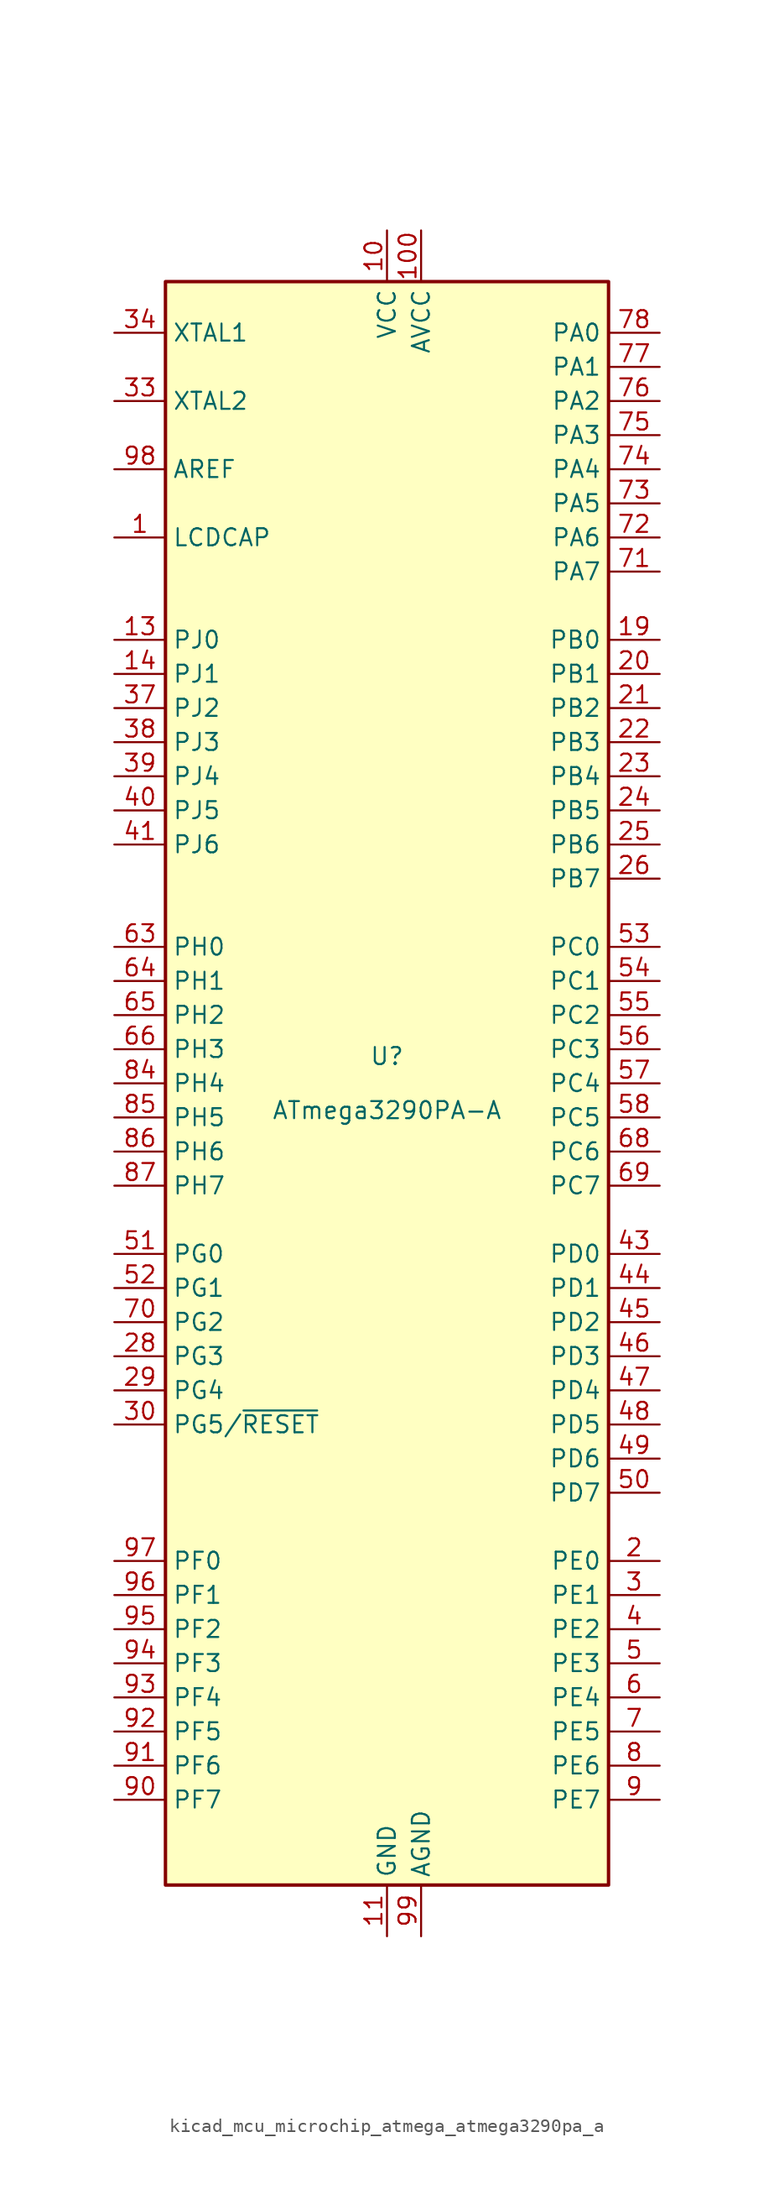
<source format=kicad_sym>
(kicad_symbol_lib
  (version 20220914)
  (generator kicad_symbol_editor)
  (symbol "kicad_mcu_microchip_atmega_atmega3290pa_a"
    (property "Reference" "U"
      (at 0 1.27 0)
      (effects (font (size 1.27 1.27)) (justify bottom)))
    (property "Value" "ATmega3290PA-A"
      (at 0 -1.27 0)
      (effects (font (size 1.27 1.27)) (justify top)))
    (symbol "kicad_mcu_microchip_atmega_atmega3290pa_a_0_1"
      (rectangle (start -16.51 -59.69) (end 16.51 59.69) (stroke (width 0.254) (type default)) (fill (type background))))
    (symbol "kicad_mcu_microchip_atmega_atmega3290pa_a_1_1"
      (pin passive line (at -20.32 40.64 0) (length 3.81) (name "LCDCAP" (effects (font (size 1.27 1.27)))) (number "1" (effects (font (size 1.27 1.27)))))
      (pin power_in line (at 0 63.5 270) (length 3.81) (name "VCC" (effects (font (size 1.27 1.27)))) (number "10" (effects (font (size 1.27 1.27)))))
      (pin power_in line (at 2.54 63.5 270) (length 3.81) (name "AVCC" (effects (font (size 1.27 1.27)))) (number "100" (effects (font (size 1.27 1.27)))))
      (pin power_in line (at 0 -63.5 90) (length 3.81) (name "GND" (effects (font (size 1.27 1.27)))) (number "11" (effects (font (size 1.27 1.27)))))
      (pin no_connect line (at -15.24 38.1 0) (length 2.54) hide (name "NC" (effects (font (size 1.27 1.27)))) (number "12" (effects (font (size 1.27 1.27)))))
      (pin bidirectional line (at -20.32 33.02 0) (length 3.81) (name "PJ0" (effects (font (size 1.27 1.27)))) (number "13" (effects (font (size 1.27 1.27)))))
      (pin bidirectional line (at -20.32 30.48 0) (length 3.81) (name "PJ1" (effects (font (size 1.27 1.27)))) (number "14" (effects (font (size 1.27 1.27)))))
      (pin no_connect line (at -15.24 35.56 0) (length 2.54) hide (name "NC" (effects (font (size 1.27 1.27)))) (number "15" (effects (font (size 1.27 1.27)))))
      (pin no_connect line (at -15.24 15.24 0) (length 2.54) hide (name "NC" (effects (font (size 1.27 1.27)))) (number "16" (effects (font (size 1.27 1.27)))))
      (pin no_connect line (at -15.24 12.7 0) (length 2.54) hide (name "NC" (effects (font (size 1.27 1.27)))) (number "17" (effects (font (size 1.27 1.27)))))
      (pin no_connect line (at -15.24 -10.16 0) (length 2.54) hide (name "NC" (effects (font (size 1.27 1.27)))) (number "18" (effects (font (size 1.27 1.27)))))
      (pin bidirectional line (at 20.32 33.02 180) (length 3.81) (name "PB0" (effects (font (size 1.27 1.27)))) (number "19" (effects (font (size 1.27 1.27)))))
      (pin bidirectional line (at 20.32 -35.56 180) (length 3.81) (name "PE0" (effects (font (size 1.27 1.27)))) (number "2" (effects (font (size 1.27 1.27)))))
      (pin bidirectional line (at 20.32 30.48 180) (length 3.81) (name "PB1" (effects (font (size 1.27 1.27)))) (number "20" (effects (font (size 1.27 1.27)))))
      (pin bidirectional line (at 20.32 27.94 180) (length 3.81) (name "PB2" (effects (font (size 1.27 1.27)))) (number "21" (effects (font (size 1.27 1.27)))))
      (pin bidirectional line (at 20.32 25.4 180) (length 3.81) (name "PB3" (effects (font (size 1.27 1.27)))) (number "22" (effects (font (size 1.27 1.27)))))
      (pin bidirectional line (at 20.32 22.86 180) (length 3.81) (name "PB4" (effects (font (size 1.27 1.27)))) (number "23" (effects (font (size 1.27 1.27)))))
      (pin bidirectional line (at 20.32 20.32 180) (length 3.81) (name "PB5" (effects (font (size 1.27 1.27)))) (number "24" (effects (font (size 1.27 1.27)))))
      (pin bidirectional line (at 20.32 17.78 180) (length 3.81) (name "PB6" (effects (font (size 1.27 1.27)))) (number "25" (effects (font (size 1.27 1.27)))))
      (pin bidirectional line (at 20.32 15.24 180) (length 3.81) (name "PB7" (effects (font (size 1.27 1.27)))) (number "26" (effects (font (size 1.27 1.27)))))
      (pin no_connect line (at -15.24 -27.94 0) (length 2.54) hide (name "NC" (effects (font (size 1.27 1.27)))) (number "27" (effects (font (size 1.27 1.27)))))
      (pin bidirectional line (at -20.32 -20.32 0) (length 3.81) (name "PG3" (effects (font (size 1.27 1.27)))) (number "28" (effects (font (size 1.27 1.27)))))
      (pin bidirectional line (at -20.32 -22.86 0) (length 3.81) (name "PG4" (effects (font (size 1.27 1.27)))) (number "29" (effects (font (size 1.27 1.27)))))
      (pin bidirectional line (at 20.32 -38.1 180) (length 3.81) (name "PE1" (effects (font (size 1.27 1.27)))) (number "3" (effects (font (size 1.27 1.27)))))
      (pin bidirectional line (at -20.32 -25.4 0) (length 3.81) (name "PG5/~{RESET}" (effects (font (size 1.27 1.27)))) (number "30" (effects (font (size 1.27 1.27)))))
      (pin passive line (at 0 63.5 270) (length 3.81) hide (name "VCC" (effects (font (size 1.27 1.27)))) (number "31" (effects (font (size 1.27 1.27)))))
      (pin passive line (at 0 -63.5 90) (length 3.81) hide (name "GND" (effects (font (size 1.27 1.27)))) (number "32" (effects (font (size 1.27 1.27)))))
      (pin output line (at -20.32 50.8 0) (length 3.81) (name "XTAL2" (effects (font (size 1.27 1.27)))) (number "33" (effects (font (size 1.27 1.27)))))
      (pin input line (at -20.32 55.88 0) (length 3.81) (name "XTAL1" (effects (font (size 1.27 1.27)))) (number "34" (effects (font (size 1.27 1.27)))))
      (pin no_connect line (at -15.24 -30.48 0) (length 2.54) hide (name "NC" (effects (font (size 1.27 1.27)))) (number "35" (effects (font (size 1.27 1.27)))))
      (pin no_connect line (at -15.24 -33.02 0) (length 2.54) hide (name "NC" (effects (font (size 1.27 1.27)))) (number "36" (effects (font (size 1.27 1.27)))))
      (pin bidirectional line (at -20.32 27.94 0) (length 3.81) (name "PJ2" (effects (font (size 1.27 1.27)))) (number "37" (effects (font (size 1.27 1.27)))))
      (pin bidirectional line (at -20.32 25.4 0) (length 3.81) (name "PJ3" (effects (font (size 1.27 1.27)))) (number "38" (effects (font (size 1.27 1.27)))))
      (pin bidirectional line (at -20.32 22.86 0) (length 3.81) (name "PJ4" (effects (font (size 1.27 1.27)))) (number "39" (effects (font (size 1.27 1.27)))))
      (pin bidirectional line (at 20.32 -40.64 180) (length 3.81) (name "PE2" (effects (font (size 1.27 1.27)))) (number "4" (effects (font (size 1.27 1.27)))))
      (pin bidirectional line (at -20.32 20.32 0) (length 3.81) (name "PJ5" (effects (font (size 1.27 1.27)))) (number "40" (effects (font (size 1.27 1.27)))))
      (pin bidirectional line (at -20.32 17.78 0) (length 3.81) (name "PJ6" (effects (font (size 1.27 1.27)))) (number "41" (effects (font (size 1.27 1.27)))))
      (pin no_connect line (at -15.24 -58.42 90) (length 2.54) hide (name "NC" (effects (font (size 1.27 1.27)))) (number "42" (effects (font (size 1.27 1.27)))))
      (pin bidirectional line (at 20.32 -12.7 180) (length 3.81) (name "PD0" (effects (font (size 1.27 1.27)))) (number "43" (effects (font (size 1.27 1.27)))))
      (pin bidirectional line (at 20.32 -15.24 180) (length 3.81) (name "PD1" (effects (font (size 1.27 1.27)))) (number "44" (effects (font (size 1.27 1.27)))))
      (pin bidirectional line (at 20.32 -17.78 180) (length 3.81) (name "PD2" (effects (font (size 1.27 1.27)))) (number "45" (effects (font (size 1.27 1.27)))))
      (pin bidirectional line (at 20.32 -20.32 180) (length 3.81) (name "PD3" (effects (font (size 1.27 1.27)))) (number "46" (effects (font (size 1.27 1.27)))))
      (pin bidirectional line (at 20.32 -22.86 180) (length 3.81) (name "PD4" (effects (font (size 1.27 1.27)))) (number "47" (effects (font (size 1.27 1.27)))))
      (pin bidirectional line (at 20.32 -25.4 180) (length 3.81) (name "PD5" (effects (font (size 1.27 1.27)))) (number "48" (effects (font (size 1.27 1.27)))))
      (pin bidirectional line (at 20.32 -27.94 180) (length 3.81) (name "PD6" (effects (font (size 1.27 1.27)))) (number "49" (effects (font (size 1.27 1.27)))))
      (pin bidirectional line (at 20.32 -43.18 180) (length 3.81) (name "PE3" (effects (font (size 1.27 1.27)))) (number "5" (effects (font (size 1.27 1.27)))))
      (pin bidirectional line (at 20.32 -30.48 180) (length 3.81) (name "PD7" (effects (font (size 1.27 1.27)))) (number "50" (effects (font (size 1.27 1.27)))))
      (pin bidirectional line (at -20.32 -12.7 0) (length 3.81) (name "PG0" (effects (font (size 1.27 1.27)))) (number "51" (effects (font (size 1.27 1.27)))))
      (pin bidirectional line (at -20.32 -15.24 0) (length 3.81) (name "PG1" (effects (font (size 1.27 1.27)))) (number "52" (effects (font (size 1.27 1.27)))))
      (pin bidirectional line (at 20.32 10.16 180) (length 3.81) (name "PC0" (effects (font (size 1.27 1.27)))) (number "53" (effects (font (size 1.27 1.27)))))
      (pin bidirectional line (at 20.32 7.62 180) (length 3.81) (name "PC1" (effects (font (size 1.27 1.27)))) (number "54" (effects (font (size 1.27 1.27)))))
      (pin bidirectional line (at 20.32 5.08 180) (length 3.81) (name "PC2" (effects (font (size 1.27 1.27)))) (number "55" (effects (font (size 1.27 1.27)))))
      (pin bidirectional line (at 20.32 2.54 180) (length 3.81) (name "PC3" (effects (font (size 1.27 1.27)))) (number "56" (effects (font (size 1.27 1.27)))))
      (pin bidirectional line (at 20.32 0 180) (length 3.81) (name "PC4" (effects (font (size 1.27 1.27)))) (number "57" (effects (font (size 1.27 1.27)))))
      (pin bidirectional line (at 20.32 -2.54 180) (length 3.81) (name "PC5" (effects (font (size 1.27 1.27)))) (number "58" (effects (font (size 1.27 1.27)))))
      (pin no_connect line (at -12.7 -58.42 90) (length 2.54) hide (name "NC" (effects (font (size 1.27 1.27)))) (number "59" (effects (font (size 1.27 1.27)))))
      (pin bidirectional line (at 20.32 -45.72 180) (length 3.81) (name "PE4" (effects (font (size 1.27 1.27)))) (number "6" (effects (font (size 1.27 1.27)))))
      (pin no_connect line (at -10.16 -58.42 90) (length 2.54) hide (name "NC" (effects (font (size 1.27 1.27)))) (number "60" (effects (font (size 1.27 1.27)))))
      (pin no_connect line (at -7.62 -58.42 90) (length 2.54) hide (name "NC" (effects (font (size 1.27 1.27)))) (number "61" (effects (font (size 1.27 1.27)))))
      (pin no_connect line (at -5.08 -58.42 90) (length 2.54) hide (name "NC" (effects (font (size 1.27 1.27)))) (number "62" (effects (font (size 1.27 1.27)))))
      (pin bidirectional line (at -20.32 10.16 0) (length 3.81) (name "PH0" (effects (font (size 1.27 1.27)))) (number "63" (effects (font (size 1.27 1.27)))))
      (pin bidirectional line (at -20.32 7.62 0) (length 3.81) (name "PH1" (effects (font (size 1.27 1.27)))) (number "64" (effects (font (size 1.27 1.27)))))
      (pin bidirectional line (at -20.32 5.08 0) (length 3.81) (name "PH2" (effects (font (size 1.27 1.27)))) (number "65" (effects (font (size 1.27 1.27)))))
      (pin bidirectional line (at -20.32 2.54 0) (length 3.81) (name "PH3" (effects (font (size 1.27 1.27)))) (number "66" (effects (font (size 1.27 1.27)))))
      (pin no_connect line (at -2.54 -58.42 90) (length 2.54) hide (name "NC" (effects (font (size 1.27 1.27)))) (number "67" (effects (font (size 1.27 1.27)))))
      (pin bidirectional line (at 20.32 -5.08 180) (length 3.81) (name "PC6" (effects (font (size 1.27 1.27)))) (number "68" (effects (font (size 1.27 1.27)))))
      (pin bidirectional line (at 20.32 -7.62 180) (length 3.81) (name "PC7" (effects (font (size 1.27 1.27)))) (number "69" (effects (font (size 1.27 1.27)))))
      (pin bidirectional line (at 20.32 -48.26 180) (length 3.81) (name "PE5" (effects (font (size 1.27 1.27)))) (number "7" (effects (font (size 1.27 1.27)))))
      (pin bidirectional line (at -20.32 -17.78 0) (length 3.81) (name "PG2" (effects (font (size 1.27 1.27)))) (number "70" (effects (font (size 1.27 1.27)))))
      (pin bidirectional line (at 20.32 38.1 180) (length 3.81) (name "PA7" (effects (font (size 1.27 1.27)))) (number "71" (effects (font (size 1.27 1.27)))))
      (pin bidirectional line (at 20.32 40.64 180) (length 3.81) (name "PA6" (effects (font (size 1.27 1.27)))) (number "72" (effects (font (size 1.27 1.27)))))
      (pin bidirectional line (at 20.32 43.18 180) (length 3.81) (name "PA5" (effects (font (size 1.27 1.27)))) (number "73" (effects (font (size 1.27 1.27)))))
      (pin bidirectional line (at 20.32 45.72 180) (length 3.81) (name "PA4" (effects (font (size 1.27 1.27)))) (number "74" (effects (font (size 1.27 1.27)))))
      (pin bidirectional line (at 20.32 48.26 180) (length 3.81) (name "PA3" (effects (font (size 1.27 1.27)))) (number "75" (effects (font (size 1.27 1.27)))))
      (pin bidirectional line (at 20.32 50.8 180) (length 3.81) (name "PA2" (effects (font (size 1.27 1.27)))) (number "76" (effects (font (size 1.27 1.27)))))
      (pin bidirectional line (at 20.32 53.34 180) (length 3.81) (name "PA1" (effects (font (size 1.27 1.27)))) (number "77" (effects (font (size 1.27 1.27)))))
      (pin bidirectional line (at 20.32 55.88 180) (length 3.81) (name "PA0" (effects (font (size 1.27 1.27)))) (number "78" (effects (font (size 1.27 1.27)))))
      (pin no_connect line (at 5.08 -58.42 90) (length 2.54) hide (name "NC" (effects (font (size 1.27 1.27)))) (number "79" (effects (font (size 1.27 1.27)))))
      (pin bidirectional line (at 20.32 -50.8 180) (length 3.81) (name "PE6" (effects (font (size 1.27 1.27)))) (number "8" (effects (font (size 1.27 1.27)))))
      (pin passive line (at 0 63.5 270) (length 3.81) hide (name "VCC" (effects (font (size 1.27 1.27)))) (number "80" (effects (font (size 1.27 1.27)))))
      (pin passive line (at 0 -63.5 90) (length 3.81) hide (name "GND" (effects (font (size 1.27 1.27)))) (number "81" (effects (font (size 1.27 1.27)))))
      (pin no_connect line (at 7.62 -58.42 90) (length 2.54) hide (name "NC" (effects (font (size 1.27 1.27)))) (number "82" (effects (font (size 1.27 1.27)))))
      (pin no_connect line (at 10.16 -58.42 90) (length 2.54) hide (name "NC" (effects (font (size 1.27 1.27)))) (number "83" (effects (font (size 1.27 1.27)))))
      (pin bidirectional line (at -20.32 0 0) (length 3.81) (name "PH4" (effects (font (size 1.27 1.27)))) (number "84" (effects (font (size 1.27 1.27)))))
      (pin bidirectional line (at -20.32 -2.54 0) (length 3.81) (name "PH5" (effects (font (size 1.27 1.27)))) (number "85" (effects (font (size 1.27 1.27)))))
      (pin bidirectional line (at -20.32 -5.08 0) (length 3.81) (name "PH6" (effects (font (size 1.27 1.27)))) (number "86" (effects (font (size 1.27 1.27)))))
      (pin bidirectional line (at -20.32 -7.62 0) (length 3.81) (name "PH7" (effects (font (size 1.27 1.27)))) (number "87" (effects (font (size 1.27 1.27)))))
      (pin no_connect line (at 12.7 -58.42 90) (length 2.54) hide (name "NC" (effects (font (size 1.27 1.27)))) (number "88" (effects (font (size 1.27 1.27)))))
      (pin no_connect line (at 15.24 -58.42 90) (length 2.54) hide (name "NC" (effects (font (size 1.27 1.27)))) (number "89" (effects (font (size 1.27 1.27)))))
      (pin bidirectional line (at 20.32 -53.34 180) (length 3.81) (name "PE7" (effects (font (size 1.27 1.27)))) (number "9" (effects (font (size 1.27 1.27)))))
      (pin bidirectional line (at -20.32 -53.34 0) (length 3.81) (name "PF7" (effects (font (size 1.27 1.27)))) (number "90" (effects (font (size 1.27 1.27)))))
      (pin bidirectional line (at -20.32 -50.8 0) (length 3.81) (name "PF6" (effects (font (size 1.27 1.27)))) (number "91" (effects (font (size 1.27 1.27)))))
      (pin bidirectional line (at -20.32 -48.26 0) (length 3.81) (name "PF5" (effects (font (size 1.27 1.27)))) (number "92" (effects (font (size 1.27 1.27)))))
      (pin bidirectional line (at -20.32 -45.72 0) (length 3.81) (name "PF4" (effects (font (size 1.27 1.27)))) (number "93" (effects (font (size 1.27 1.27)))))
      (pin bidirectional line (at -20.32 -43.18 0) (length 3.81) (name "PF3" (effects (font (size 1.27 1.27)))) (number "94" (effects (font (size 1.27 1.27)))))
      (pin bidirectional line (at -20.32 -40.64 0) (length 3.81) (name "PF2" (effects (font (size 1.27 1.27)))) (number "95" (effects (font (size 1.27 1.27)))))
      (pin bidirectional line (at -20.32 -38.1 0) (length 3.81) (name "PF1" (effects (font (size 1.27 1.27)))) (number "96" (effects (font (size 1.27 1.27)))))
      (pin bidirectional line (at -20.32 -35.56 0) (length 3.81) (name "PF0" (effects (font (size 1.27 1.27)))) (number "97" (effects (font (size 1.27 1.27)))))
      (pin passive line (at -20.32 45.72 0) (length 3.81) (name "AREF" (effects (font (size 1.27 1.27)))) (number "98" (effects (font (size 1.27 1.27)))))
      (pin power_in line (at 2.54 -63.5 90) (length 3.81) (name "AGND" (effects (font (size 1.27 1.27)))) (number "99" (effects (font (size 1.27 1.27))))))))
</source>
